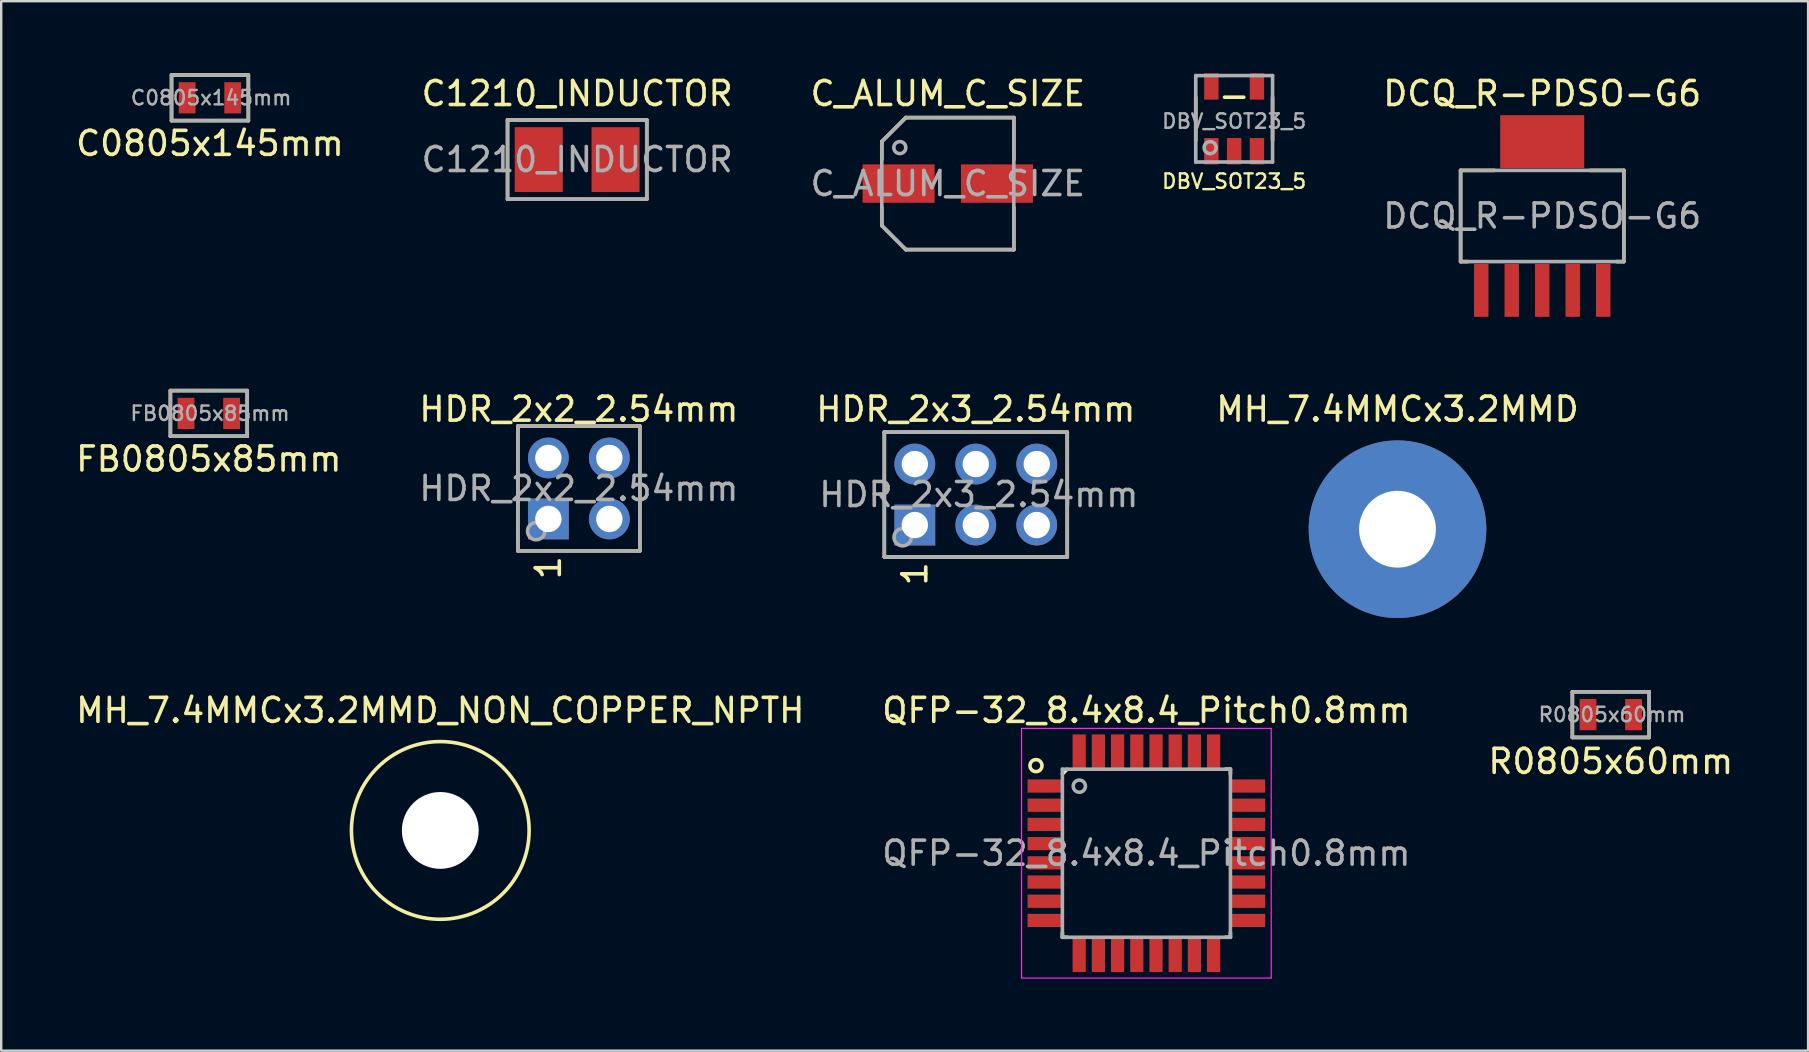
<source format=kicad_pcb>
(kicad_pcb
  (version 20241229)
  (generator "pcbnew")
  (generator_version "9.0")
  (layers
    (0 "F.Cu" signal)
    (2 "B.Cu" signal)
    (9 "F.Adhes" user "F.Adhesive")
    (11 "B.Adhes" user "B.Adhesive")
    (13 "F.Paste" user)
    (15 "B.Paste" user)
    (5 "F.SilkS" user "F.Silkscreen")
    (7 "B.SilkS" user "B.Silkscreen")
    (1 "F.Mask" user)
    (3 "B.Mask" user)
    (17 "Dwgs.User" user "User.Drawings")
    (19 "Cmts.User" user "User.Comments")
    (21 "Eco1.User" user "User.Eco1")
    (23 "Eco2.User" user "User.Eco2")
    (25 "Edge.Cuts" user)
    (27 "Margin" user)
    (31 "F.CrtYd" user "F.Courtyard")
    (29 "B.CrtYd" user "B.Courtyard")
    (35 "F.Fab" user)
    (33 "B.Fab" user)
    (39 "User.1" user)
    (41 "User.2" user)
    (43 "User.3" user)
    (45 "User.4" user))
  (footprint "DCQ_R-PDSO-G6"
    (layer "F.Cu")
    (at 61.198 5.948)
    (property "Reference" "DCQ_R-PDSO-G6" (at 0 -5.1 0) (layer "F.SilkS") (effects (font (size 1 1) (thickness 0.15))))
    (attr through_hole)
    (fp_line (start -3.4 -1.9) (end -2 -1.9) (stroke (width 0.15) (type solid)) (layer "F.SilkS"))
    (fp_line (start -3.4 1.9) (end -3.4 -1.9) (stroke (width 0.15) (type solid)) (layer "F.SilkS"))
    (fp_line (start -3.4 1.9) (end -3.1 1.9) (stroke (width 0.15) (type solid)) (layer "F.SilkS"))
    (fp_line (start 2 -1.9) (end 3.4 -1.9) (stroke (width 0.15) (type solid)) (layer "F.SilkS"))
    (fp_line (start 3.4 -1.9) (end 3.4 1.9) (stroke (width 0.15) (type solid)) (layer "F.SilkS"))
    (fp_line (start 3.4 1.9) (end 3.1 1.9) (stroke (width 0.15) (type solid)) (layer "F.SilkS"))
    (fp_line (start -3.4 -1.9) (end 3.4 -1.9) (stroke (width 0.15) (type solid)) (layer "F.Fab"))
    (fp_line (start -3.4 1.9) (end -3.4 -1.9) (stroke (width 0.15) (type solid)) (layer "F.Fab"))
    (fp_line (start 3.4 -1.9) (end 3.4 1.9) (stroke (width 0.15) (type solid)) (layer "F.Fab"))
    (fp_line (start 3.4 1.9) (end -3.4 1.9) (stroke (width 0.15) (type solid)) (layer "F.Fab"))
    (fp_text user "${REFERENCE}" (at 0 0 0) (layer "F.Fab") (effects (font (size 1 1) (thickness 0.15))))
    (pad "1" smd rect (at -2.54 3.1) (size 0.6 2.2) (layers "F.Cu" "F.Mask" "F.Paste"))
    (pad "2" smd rect (at -1.27 3.1) (size 0.6 2.2) (layers "F.Cu" "F.Mask" "F.Paste"))
    (pad "3" smd rect (at 0 3.1) (size 0.6 2.2) (layers "F.Cu" "F.Mask" "F.Paste"))
    (pad "4" smd rect (at 1.27 3.1) (size 0.6 2.2) (layers "F.Cu" "F.Mask" "F.Paste"))
    (pad "5" smd rect (at 2.54 3.1) (size 0.6 2.2) (layers "F.Cu" "F.Mask" "F.Paste"))
    (pad "6" smd rect (at 0 -3.1) (size 3.5 2.2) (layers "F.Cu" "F.Mask" "F.Paste")))
  (footprint "HDR_2x3_2.54mm"
    (layer "F.Cu")
    (at 35.061 18.823)
    (property "Reference" "HDR_2x3_2.54mm" (at 2.54 -4.826 180) (layer "F.SilkS") (effects (font (size 1 1) (thickness 0.15))))
    (attr through_hole)
    (fp_line (start -1.27 -3.87) (end -1.27 1.33) (stroke (width 0.15) (type solid)) (layer "F.SilkS"))
    (fp_line (start -1.27 -3.87) (end 6.35 -3.87) (stroke (width 0.15) (type solid)) (layer "F.SilkS"))
    (fp_line (start -1.27 1.33) (end 6.35 1.33) (stroke (width 0.15) (type solid)) (layer "F.SilkS"))
    (fp_line (start 6.35 -3.87) (end 6.35 1.33) (stroke (width 0.15) (type solid)) (layer "F.SilkS"))
    (fp_line (start -1.27 -3.87) (end -1.27 1.33) (stroke (width 0.15) (type solid)) (layer "F.Fab"))
    (fp_line (start -1.27 -3.87) (end 6.35 -3.87) (stroke (width 0.15) (type solid)) (layer "F.Fab"))
    (fp_line (start -1.27 1.33) (end 6.35 1.33) (stroke (width 0.15) (type solid)) (layer "F.Fab"))
    (fp_line (start 6.35 -3.87) (end 6.35 1.33) (stroke (width 0.15) (type solid)) (layer "F.Fab"))
    (fp_circle (center -0.508 0.508) (end -0.149 0.508) (stroke (width 0.15) (type solid)) (fill no) (layer "F.Fab"))
    (fp_text user "1" (at 0 2.032 90) (layer "F.SilkS") (effects (font (size 1 1) (thickness 0.15))))
    (fp_text user "${REFERENCE}" (at 2.667 -1.27 0) (layer "F.Fab") (effects (font (size 1 1) (thickness 0.15))))
    (pad "1" thru_hole rect (at 0 0) (size 1.7 1.7) (drill 1.1) (layers "*.Cu" "*.Mask"))
    (pad "2" thru_hole circle (at 0 -2.54) (size 1.7 1.7) (drill 1.1) (layers "*.Cu" "*.Mask"))
    (pad "3" thru_hole circle (at 2.54 0) (size 1.7 1.7) (drill 1.1) (layers "*.Cu" "*.Mask"))
    (pad "4" thru_hole circle (at 2.54 -2.54) (size 1.7 1.7) (drill 1.1) (layers "*.Cu" "*.Mask"))
    (pad "5" thru_hole circle (at 5.08 0) (size 1.7 1.7) (drill 1.1) (layers "*.Cu" "*.Mask"))
    (pad "6" thru_hole circle (at 5.08 -2.54) (size 1.7 1.7) (drill 1.1) (layers "*.Cu" "*.Mask")))
  (footprint "MH_7.4MMCx3.2MMD"
    (layer "F.Cu")
    (at 55.169 18.997)
    (property "Reference" "MH_7.4MMCx3.2MMD" (at 0 -5 0) (layer "F.SilkS") (effects (font (size 1 1) (thickness 0.15))))
    (attr through_hole)
    (pad "1" thru_hole circle (at 0 0) (size 7.4 7.4) (drill 3.2) (layers "*.Cu" "*.Mask")))
  (footprint "MH_7.4MMCx3.2MMD_NON_COPPER_NPTH"
    (layer "F.Cu")
    (at 15.292 31.545)
    (property "Reference" "MH_7.4MMCx3.2MMD_NON_COPPER_NPTH" (at 0 -5 0) (layer "F.SilkS") (effects (font (size 1 1) (thickness 0.15))))
    (attr through_hole)
    (fp_circle (center 0 0) (end 3.7 -0.1) (stroke (width 0.15) (type solid)) (fill no) (layer "F.SilkS"))
    (pad "" np_thru_hole circle (at 0 0) (size 3.2 3.2) (drill 3.2) (layers "*.Cu" "*.Mask")))
  (footprint "DBV_SOT23_5"
    (layer "F.Cu")
    (at 48.364 1.9)
    (property "Reference" "DBV_SOT23_5" (at 0 2.6 180) (layer "F.SilkS") (effects (font (size 0.6 0.6) (thickness 0.1))))
    (attr smd)
    (fp_line (start -1.6 0.9) (end -1.6 -0.9) (stroke (width 0.15) (type solid)) (layer "F.SilkS"))
    (fp_line (start -0.4 -0.9) (end 0.4 -0.9) (stroke (width 0.15) (type solid)) (layer "F.SilkS"))
    (fp_line (start 1.6 0.9) (end 1.6 -0.9) (stroke (width 0.15) (type solid)) (layer "F.SilkS"))
    (fp_line (start -1.6 -1.8) (end 1.6 -1.8) (stroke (width 0.15) (type solid)) (layer "F.Fab"))
    (fp_line (start -1.6 1.8) (end -1.6 -1.8) (stroke (width 0.15) (type solid)) (layer "F.Fab"))
    (fp_line (start 1.6 -1.8) (end 1.6 1.8) (stroke (width 0.15) (type solid)) (layer "F.Fab"))
    (fp_line (start 1.6 1.8) (end -1.6 1.8) (stroke (width 0.15) (type solid)) (layer "F.Fab"))
    (fp_circle (center -1 1.2) (end -0.75 1.2) (stroke (width 0.15) (type solid)) (fill no) (layer "F.Fab"))
    (fp_text user "${REFERENCE}" (at 0 0.1 0) (layer "F.Fab") (effects (font (size 0.6 0.6) (thickness 0.1))))
    (pad "1" smd rect (at -0.95 1.35) (size 0.6 1.1) (layers "F.Cu" "F.Mask" "F.Paste"))
    (pad "2" smd rect (at 0 1.35) (size 0.6 1.1) (layers "F.Cu" "F.Mask" "F.Paste"))
    (pad "3" smd rect (at 0.95 1.35) (size 0.6 1.1) (layers "F.Cu" "F.Mask" "F.Paste"))
    (pad "4" smd rect (at 0.95 -1.35) (size 0.6 1.1) (layers "F.Cu" "F.Mask" "F.Paste"))
    (pad "5" smd rect (at -0.95 -1.35) (size 0.6 1.1) (layers "F.Cu" "F.Mask" "F.Paste")))
  (footprint "R0805x60mm"
    (layer "F.Cu")
    (at 64.054 26.721)
    (property "Reference" "R0805x60mm" (at 0 1.95 0) (layer "F.SilkS") (effects (font (size 1 1) (thickness 0.15))))
    (attr through_hole)
    (fp_line (start -1.6 -0.95) (end 1.6 -0.95) (stroke (width 0.15) (type solid)) (layer "F.SilkS"))
    (fp_line (start -1.6 0.95) (end -1.6 -0.95) (stroke (width 0.15) (type solid)) (layer "F.SilkS"))
    (fp_line (start 1.6 -0.95) (end 1.6 0.95) (stroke (width 0.15) (type solid)) (layer "F.SilkS"))
    (fp_line (start 1.6 0.95) (end -1.6 0.95) (stroke (width 0.15) (type solid)) (layer "F.SilkS"))
    (fp_line (start -1.6 -0.95) (end 1.6 -0.95) (stroke (width 0.15) (type solid)) (layer "F.Fab"))
    (fp_line (start -1.6 0.95) (end -1.6 -0.95) (stroke (width 0.15) (type solid)) (layer "F.Fab"))
    (fp_line (start 1.6 -0.95) (end 1.6 0.95) (stroke (width 0.15) (type solid)) (layer "F.Fab"))
    (fp_line (start 1.6 0.95) (end -1.6 0.95) (stroke (width 0.15) (type solid)) (layer "F.Fab"))
    (fp_text user "${REFERENCE}" (at 0.05 0 0) (layer "F.Fab") (effects (font (size 0.6 0.6) (thickness 0.1))))
    (pad "1" smd rect (at -0.95 0) (size 0.7 1.3) (layers "F.Cu" "F.Mask" "F.Paste"))
    (pad "2" smd rect (at 0.95 0) (size 0.7 1.3) (layers "F.Cu" "F.Mask" "F.Paste")))
  (footprint "C0805x145mm"
    (layer "F.Cu")
    (at 5.696 1.025)
    (property "Reference" "C0805x145mm" (at 0 1.9 0) (layer "F.SilkS") (effects (font (size 1 1) (thickness 0.15))))
    (attr through_hole)
    (fp_line (start -1.6 -0.95) (end -1.6 0.95) (stroke (width 0.15) (type solid)) (layer "F.SilkS"))
    (fp_line (start -1.6 0.95) (end 1.6 0.95) (stroke (width 0.15) (type solid)) (layer "F.SilkS"))
    (fp_line (start 1.6 -0.95) (end -1.6 -0.95) (stroke (width 0.15) (type solid)) (layer "F.SilkS"))
    (fp_line (start 1.6 -0.95) (end 1.6 0.95) (stroke (width 0.15) (type solid)) (layer "F.SilkS"))
    (fp_line (start -1.6 -0.95) (end 1.6 -0.95) (stroke (width 0.15) (type solid)) (layer "F.Fab"))
    (fp_line (start -1.6 0.95) (end -1.6 -0.95) (stroke (width 0.15) (type solid)) (layer "F.Fab"))
    (fp_line (start 1.6 -0.95) (end 1.6 0.95) (stroke (width 0.15) (type solid)) (layer "F.Fab"))
    (fp_line (start 1.6 0.95) (end -1.6 0.95) (stroke (width 0.15) (type solid)) (layer "F.Fab"))
    (fp_text user "${REFERENCE}" (at 0.05 0 0) (layer "F.Fab") (effects (font (size 0.6 0.6) (thickness 0.1))))
    (pad "1" smd rect (at -0.95 0) (size 0.7 1.3) (layers "F.Cu" "F.Mask" "F.Paste"))
    (pad "2" smd rect (at 0.95 0) (size 0.7 1.3) (layers "F.Cu" "F.Mask" "F.Paste")))
  (footprint "HDR_2x2_2.54mm"
    (layer "F.Cu")
    (at 19.795 18.569)
    (property "Reference" "HDR_2x2_2.54mm" (at 1.27 -4.572 180) (layer "F.SilkS") (effects (font (size 1 1) (thickness 0.15))))
    (attr through_hole)
    (fp_line (start -1.27 -3.87) (end -1.27 1.33) (stroke (width 0.15) (type solid)) (layer "F.SilkS"))
    (fp_line (start -1.27 -3.87) (end 3.81 -3.87) (stroke (width 0.15) (type solid)) (layer "F.SilkS"))
    (fp_line (start -1.27 1.33) (end 3.81 1.33) (stroke (width 0.15) (type solid)) (layer "F.SilkS"))
    (fp_line (start 3.81 -3.87) (end 3.81 1.33) (stroke (width 0.15) (type solid)) (layer "F.SilkS"))
    (fp_line (start -1.27 -3.87) (end -1.27 1.33) (stroke (width 0.15) (type solid)) (layer "F.Fab"))
    (fp_line (start -1.27 -3.87) (end 3.81 -3.87) (stroke (width 0.15) (type solid)) (layer "F.Fab"))
    (fp_line (start -1.27 1.33) (end 3.81 1.33) (stroke (width 0.15) (type solid)) (layer "F.Fab"))
    (fp_line (start 3.81 -3.87) (end 3.81 1.33) (stroke (width 0.15) (type solid)) (layer "F.Fab"))
    (fp_circle (center -0.508 0.508) (end -0.149 0.508) (stroke (width 0.15) (type solid)) (fill no) (layer "F.Fab"))
    (fp_text user "1" (at 0 2.032 90) (layer "F.SilkS") (effects (font (size 1 1) (thickness 0.15))))
    (fp_text user "${REFERENCE}" (at 1.27 -1.27 0) (layer "F.Fab") (effects (font (size 1 1) (thickness 0.15))))
    (pad "1" thru_hole rect (at 0 0) (size 1.7 1.7) (drill 1.1) (layers "*.Cu" "*.Mask"))
    (pad "2" thru_hole circle (at 0 -2.54) (size 1.7 1.7) (drill 1.1) (layers "*.Cu" "*.Mask"))
    (pad "3" thru_hole circle (at 2.54 0) (size 1.7 1.7) (drill 1.1) (layers "*.Cu" "*.Mask"))
    (pad "4" thru_hole circle (at 2.54 -2.54) (size 1.7 1.7) (drill 1.1) (layers "*.Cu" "*.Mask")))
  (footprint "QFP-32_8.4x8.4_Pitch0.8mm"
    (layer "F.Cu")
    (at 44.708 32.495)
    (property "Reference" "QFP-32_8.4x8.4_Pitch0.8mm" (at 0 -5.95 0) (layer "F.SilkS") (effects (font (size 1 1) (thickness 0.15))))
    (attr smd)
    (fp_line (start -3.5 -3.3) (end -3.3 -3.5) (stroke (width 0.15) (type solid)) (layer "F.SilkS"))
    (fp_line (start -3.5 3.5) (end -3.5 3.3) (stroke (width 0.15) (type solid)) (layer "F.SilkS"))
    (fp_line (start -3.3 3.5) (end -3.5 3.5) (stroke (width 0.15) (type solid)) (layer "F.SilkS"))
    (fp_line (start 3.3 -3.5) (end 3.5 -3.5) (stroke (width 0.15) (type solid)) (layer "F.SilkS"))
    (fp_line (start 3.3 3.5) (end 3.5 3.5) (stroke (width 0.15) (type solid)) (layer "F.SilkS"))
    (fp_line (start 3.5 -3.5) (end 3.5 -3.3) (stroke (width 0.15) (type solid)) (layer "F.SilkS"))
    (fp_line (start 3.5 3.5) (end 3.5 3.3) (stroke (width 0.15) (type solid)) (layer "F.SilkS"))
    (fp_circle (center -4.6 -3.65) (end -4.35 -3.65) (stroke (width 0.15) (type solid)) (fill no) (layer "F.SilkS"))
    (fp_line (start -5.2 -5.2) (end 5.2 -5.2) (stroke (width 0.05) (type solid)) (layer "F.CrtYd"))
    (fp_line (start -5.2 5.2) (end -5.2 -5.2) (stroke (width 0.05) (type solid)) (layer "F.CrtYd"))
    (fp_line (start 5.2 -5.2) (end 5.2 5.2) (stroke (width 0.05) (type solid)) (layer "F.CrtYd"))
    (fp_line (start 5.2 5.2) (end -5.2 5.2) (stroke (width 0.05) (type solid)) (layer "F.CrtYd"))
    (fp_line (start -3.5 -3.5) (end 3.5 -3.5) (stroke (width 0.15) (type solid)) (layer "F.Fab"))
    (fp_line (start -3.5 3.5) (end -3.5 -3.5) (stroke (width 0.15) (type solid)) (layer "F.Fab"))
    (fp_line (start 3.5 -3.5) (end 3.5 3.5) (stroke (width 0.15) (type solid)) (layer "F.Fab"))
    (fp_line (start 3.5 3.5) (end -3.5 3.5) (stroke (width 0.15) (type solid)) (layer "F.Fab"))
    (fp_circle (center -2.794 -2.794) (end -2.54 -2.794) (stroke (width 0.15) (type solid)) (fill no) (layer "F.Fab"))
    (fp_text user "${REFERENCE}" (at 0 0 0) (layer "F.Fab") (effects (font (size 1 1) (thickness 0.15))))
    (pad "1" smd rect (at -4.2 -2.8 90) (size 0.55 1.5) (layers "F.Cu" "F.Mask" "F.Paste"))
    (pad "2" smd rect (at -4.2 -2 90) (size 0.55 1.5) (layers "F.Cu" "F.Mask" "F.Paste"))
    (pad "3" smd rect (at -4.2 -1.2 90) (size 0.55 1.5) (layers "F.Cu" "F.Mask" "F.Paste"))
    (pad "4" smd rect (at -4.2 -0.4 90) (size 0.55 1.5) (layers "F.Cu" "F.Mask" "F.Paste"))
    (pad "5" smd rect (at -4.2 0.4 90) (size 0.55 1.5) (layers "F.Cu" "F.Mask" "F.Paste"))
    (pad "6" smd rect (at -4.2 1.2 90) (size 0.55 1.5) (layers "F.Cu" "F.Mask" "F.Paste"))
    (pad "7" smd rect (at -4.2 2 90) (size 0.55 1.5) (layers "F.Cu" "F.Mask" "F.Paste"))
    (pad "8" smd rect (at -4.2 2.8 90) (size 0.55 1.5) (layers "F.Cu" "F.Mask" "F.Paste"))
    (pad "9" smd rect (at -2.8 4.2) (size 0.55 1.5) (layers "F.Cu" "F.Mask" "F.Paste"))
    (pad "10" smd rect (at -2 4.2) (size 0.55 1.5) (layers "F.Cu" "F.Mask" "F.Paste"))
    (pad "11" smd rect (at -1.2 4.2) (size 0.55 1.5) (layers "F.Cu" "F.Mask" "F.Paste"))
    (pad "12" smd rect (at -0.4 4.2) (size 0.55 1.5) (layers "F.Cu" "F.Mask" "F.Paste"))
    (pad "13" smd rect (at 0.4 4.2) (size 0.55 1.5) (layers "F.Cu" "F.Mask" "F.Paste"))
    (pad "14" smd rect (at 1.2 4.2) (size 0.55 1.5) (layers "F.Cu" "F.Mask" "F.Paste"))
    (pad "15" smd rect (at 2 4.2) (size 0.55 1.5) (layers "F.Cu" "F.Mask" "F.Paste"))
    (pad "16" smd rect (at 2.8 4.2) (size 0.55 1.5) (layers "F.Cu" "F.Mask" "F.Paste"))
    (pad "17" smd rect (at 4.2 2.8 90) (size 0.55 1.5) (layers "F.Cu" "F.Mask" "F.Paste"))
    (pad "18" smd rect (at 4.2 2 90) (size 0.55 1.5) (layers "F.Cu" "F.Mask" "F.Paste"))
    (pad "19" smd rect (at 4.2 1.2 90) (size 0.55 1.5) (layers "F.Cu" "F.Mask" "F.Paste"))
    (pad "20" smd rect (at 4.2 0.4 90) (size 0.55 1.5) (layers "F.Cu" "F.Mask" "F.Paste"))
    (pad "21" smd rect (at 4.2 -0.4 90) (size 0.55 1.5) (layers "F.Cu" "F.Mask" "F.Paste"))
    (pad "22" smd rect (at 4.2 -1.2 90) (size 0.55 1.5) (layers "F.Cu" "F.Mask" "F.Paste"))
    (pad "23" smd rect (at 4.2 -2 90) (size 0.55 1.5) (layers "F.Cu" "F.Mask" "F.Paste"))
    (pad "24" smd rect (at 4.2 -2.8 90) (size 0.55 1.5) (layers "F.Cu" "F.Mask" "F.Paste"))
    (pad "25" smd rect (at 2.8 -4.2) (size 0.55 1.5) (layers "F.Cu" "F.Mask" "F.Paste"))
    (pad "26" smd rect (at 2 -4.2) (size 0.55 1.5) (layers "F.Cu" "F.Mask" "F.Paste"))
    (pad "27" smd rect (at 1.2 -4.2) (size 0.55 1.5) (layers "F.Cu" "F.Mask" "F.Paste"))
    (pad "28" smd rect (at 0.4 -4.2) (size 0.55 1.5) (layers "F.Cu" "F.Mask" "F.Paste"))
    (pad "29" smd rect (at -0.4 -4.2) (size 0.55 1.5) (layers "F.Cu" "F.Mask" "F.Paste"))
    (pad "30" smd rect (at -1.2 -4.2) (size 0.55 1.5) (layers "F.Cu" "F.Mask" "F.Paste"))
    (pad "31" smd rect (at -2 -4.2) (size 0.55 1.5) (layers "F.Cu" "F.Mask" "F.Paste"))
    (pad "32" smd rect (at -2.8 -4.2) (size 0.55 1.5) (layers "F.Cu" "F.Mask" "F.Paste")))
  (footprint "C_ALUM_C_SIZE"
    (layer "F.Cu")
    (at 36.435 4.598)
    (property "Reference" "C_ALUM_C_SIZE" (at 0 -3.75 0) (layer "F.SilkS") (effects (font (size 1 1) (thickness 0.15))))
    (attr through_hole)
    (fp_line (start -2.75 -1.75) (end -1.75 -2.75) (stroke (width 0.15) (type solid)) (layer "F.SilkS"))
    (fp_line (start -2.75 -1) (end -2.75 -1.75) (stroke (width 0.15) (type solid)) (layer "F.SilkS"))
    (fp_line (start -2.75 1) (end -2.75 1.75) (stroke (width 0.15) (type solid)) (layer "F.SilkS"))
    (fp_line (start -2.75 1.75) (end -1.75 2.75) (stroke (width 0.15) (type solid)) (layer "F.SilkS"))
    (fp_line (start -1.75 -2.75) (end 2.75 -2.75) (stroke (width 0.15) (type solid)) (layer "F.SilkS"))
    (fp_line (start 2.75 -2.75) (end 2.75 -1) (stroke (width 0.15) (type solid)) (layer "F.SilkS"))
    (fp_line (start 2.75 2.75) (end -1.75 2.75) (stroke (width 0.15) (type solid)) (layer "F.SilkS"))
    (fp_line (start 2.75 2.75) (end 2.75 1) (stroke (width 0.15) (type solid)) (layer "F.SilkS"))
    (fp_line (start -2.75 -1.75) (end -1.75 -2.75) (stroke (width 0.15) (type solid)) (layer "F.Fab"))
    (fp_line (start -2.75 1.75) (end -2.75 -1.75) (stroke (width 0.15) (type solid)) (layer "F.Fab"))
    (fp_line (start -1.75 -2.75) (end 2.75 -2.75) (stroke (width 0.15) (type solid)) (layer "F.Fab"))
    (fp_line (start -1.75 2.75) (end -2.75 1.75) (stroke (width 0.15) (type solid)) (layer "F.Fab"))
    (fp_line (start 2.75 -2.75) (end 2.75 2.75) (stroke (width 0.15) (type solid)) (layer "F.Fab"))
    (fp_line (start 2.75 2.75) (end -1.75 2.75) (stroke (width 0.15) (type solid)) (layer "F.Fab"))
    (fp_circle (center -2 -1.5) (end -1.75 -1.5) (stroke (width 0.15) (type solid)) (fill no) (layer "F.Fab"))
    (fp_text user "${REFERENCE}" (at 0 0 0) (layer "F.Fab") (effects (font (size 1 1) (thickness 0.15))))
    (pad "1" smd rect (at -2.05 0) (size 3 1.6) (layers "F.Cu" "F.Mask" "F.Paste"))
    (pad "2" smd rect (at 2.05 0) (size 3 1.6) (layers "F.Cu" "F.Mask" "F.Paste")))
  (footprint "FB0805x85mm"
    (layer "F.Cu")
    (at 5.649 14.173)
    (property "Reference" "FB0805x85mm" (at 0 1.9 0) (layer "F.SilkS") (effects (font (size 1 1) (thickness 0.15))))
    (attr through_hole)
    (fp_line (start -1.6 -0.95) (end -1.6 0.95) (stroke (width 0.15) (type solid)) (layer "F.SilkS"))
    (fp_line (start -1.6 0.95) (end 1.6 0.95) (stroke (width 0.15) (type solid)) (layer "F.SilkS"))
    (fp_line (start 1.6 -0.95) (end -1.6 -0.95) (stroke (width 0.15) (type solid)) (layer "F.SilkS"))
    (fp_line (start 1.6 -0.95) (end 1.6 0.95) (stroke (width 0.15) (type solid)) (layer "F.SilkS"))
    (fp_line (start -1.6 -0.95) (end 1.6 -0.95) (stroke (width 0.15) (type solid)) (layer "F.Fab"))
    (fp_line (start -1.6 0.95) (end -1.6 -0.95) (stroke (width 0.15) (type solid)) (layer "F.Fab"))
    (fp_line (start 1.6 -0.95) (end 1.6 0.95) (stroke (width 0.15) (type solid)) (layer "F.Fab"))
    (fp_line (start 1.6 0.95) (end -1.6 0.95) (stroke (width 0.15) (type solid)) (layer "F.Fab"))
    (fp_text user "${REFERENCE}" (at 0.05 0 0) (layer "F.Fab") (effects (font (size 0.6 0.6) (thickness 0.1))))
    (pad "1" smd rect (at -0.95 0) (size 0.7 1.3) (layers "F.Cu" "F.Mask" "F.Paste"))
    (pad "2" smd rect (at 0.95 0) (size 0.7 1.3) (layers "F.Cu" "F.Mask" "F.Paste")))
  (footprint "C1210_INDUCTOR"
    (layer "F.Cu")
    (at 20.994 3.598)
    (property "Reference" "C1210_INDUCTOR" (at 0 -2.75 0) (layer "F.SilkS") (effects (font (size 1 1) (thickness 0.15))))
    (attr through_hole)
    (fp_line (start -2.9 -1.65) (end 2.9 -1.65) (stroke (width 0.15) (type solid)) (layer "F.SilkS"))
    (fp_line (start -2.9 1.65) (end -2.9 -1.65) (stroke (width 0.15) (type solid)) (layer "F.SilkS"))
    (fp_line (start 2.9 -1.65) (end 2.9 1.65) (stroke (width 0.15) (type solid)) (layer "F.SilkS"))
    (fp_line (start 2.9 1.65) (end -2.9 1.65) (stroke (width 0.15) (type solid)) (layer "F.SilkS"))
    (fp_line (start -2.9 -1.65) (end 2.9 -1.65) (stroke (width 0.15) (type solid)) (layer "F.Fab"))
    (fp_line (start -2.9 1.65) (end -2.9 -1.65) (stroke (width 0.15) (type solid)) (layer "F.Fab"))
    (fp_line (start 2.9 -1.65) (end 2.9 1.65) (stroke (width 0.15) (type solid)) (layer "F.Fab"))
    (fp_line (start 2.9 1.65) (end -2.9 1.65) (stroke (width 0.15) (type solid)) (layer "F.Fab"))
    (fp_text user "${REFERENCE}" (at 0 0 0) (layer "F.Fab") (effects (font (size 1 1) (thickness 0.15))))
    (pad "1" smd rect (at -1.6 0) (size 2 2.7) (layers "F.Cu" "F.Mask" "F.Paste"))
    (pad "2" smd rect (at 1.6 0) (size 2 2.7) (layers "F.Cu" "F.Mask" "F.Paste")))
  (gr_rect
    (start -3 -3)
    (end 72.274 40.72)
    (stroke (width 0.1) (type default))
    (fill no)
    (layer "Edge.Cuts")))
</source>
